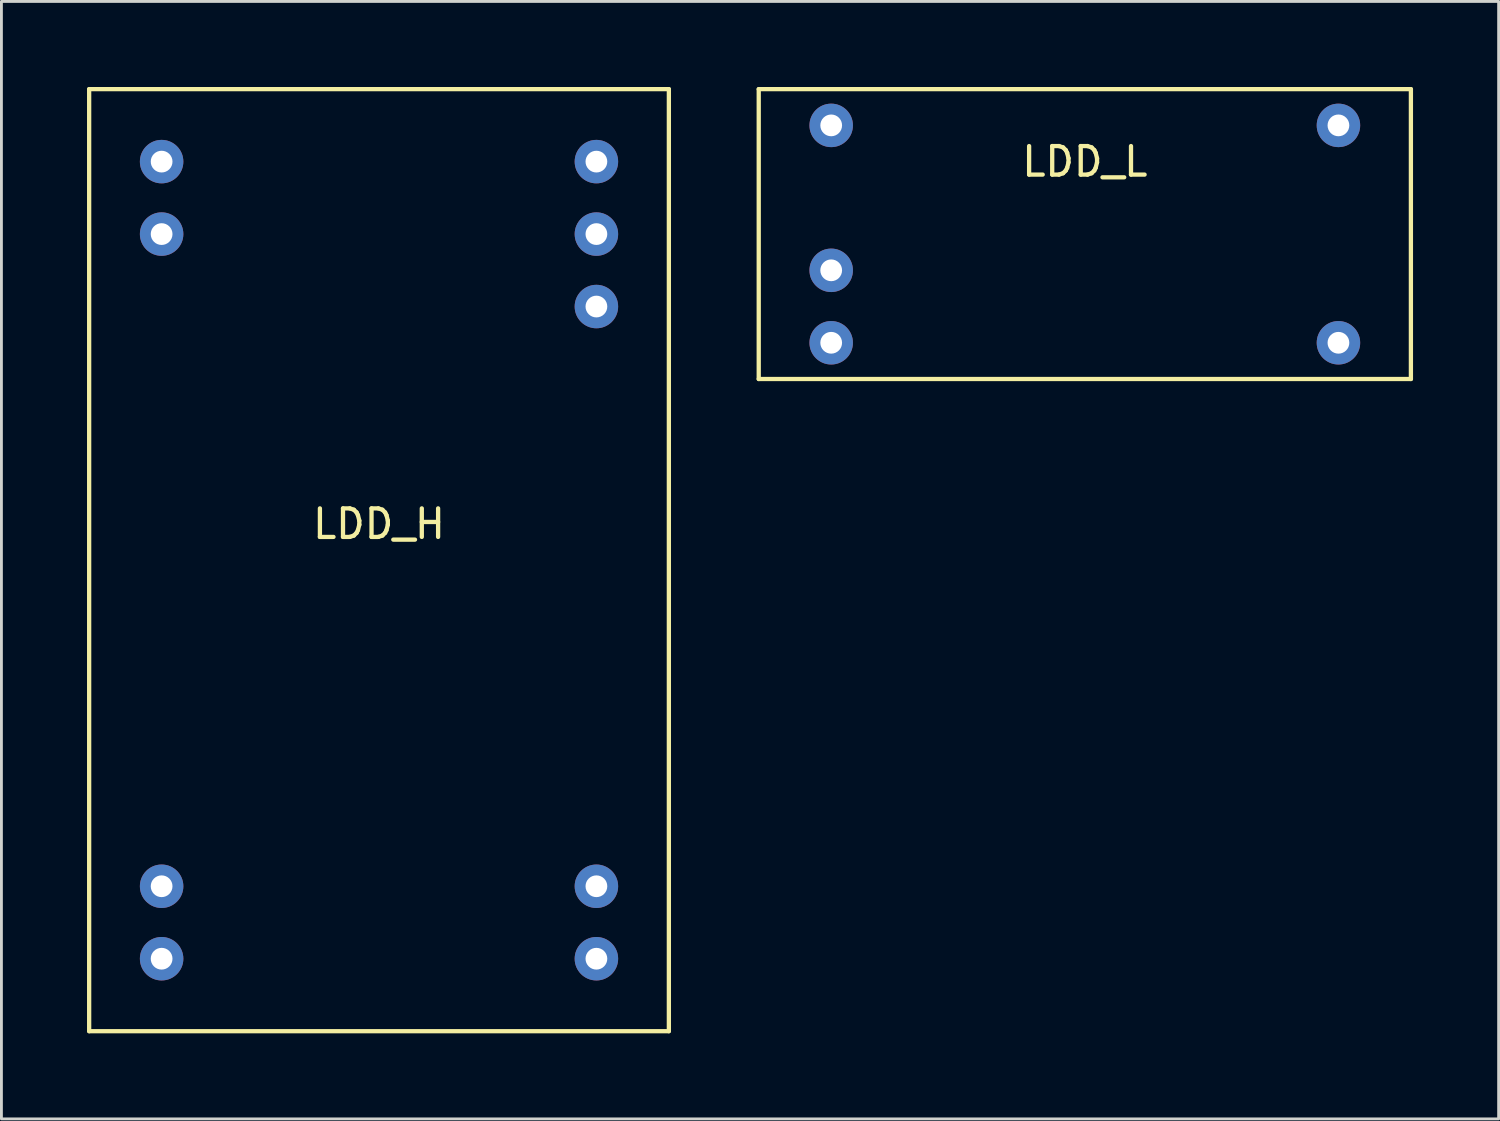
<source format=kicad_pcb>
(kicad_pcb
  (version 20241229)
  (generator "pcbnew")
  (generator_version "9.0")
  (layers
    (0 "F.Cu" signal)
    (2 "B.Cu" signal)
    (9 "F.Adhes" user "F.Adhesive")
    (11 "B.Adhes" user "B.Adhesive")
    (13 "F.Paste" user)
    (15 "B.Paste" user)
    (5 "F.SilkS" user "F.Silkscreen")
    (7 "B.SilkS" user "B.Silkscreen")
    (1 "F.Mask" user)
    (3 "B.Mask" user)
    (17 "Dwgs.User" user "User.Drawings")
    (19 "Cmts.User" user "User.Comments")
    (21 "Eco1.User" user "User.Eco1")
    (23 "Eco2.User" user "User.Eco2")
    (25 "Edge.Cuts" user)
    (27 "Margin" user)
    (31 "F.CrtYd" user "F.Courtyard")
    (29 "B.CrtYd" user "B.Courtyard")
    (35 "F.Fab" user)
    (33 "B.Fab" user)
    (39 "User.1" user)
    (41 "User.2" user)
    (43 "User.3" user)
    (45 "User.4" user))
  (footprint "LDD_L"
    (layer "F.Cu")
    (at 34.975 5.155)
    (property "Reference" "LDD_L" (at 0 -2.54 0) (layer "F.SilkS") (effects (font (size 1 1) (thickness 0.15))))
    (attr through_hole)
    (fp_line (start -11.43 -5.08) (end 11.43 -5.08) (stroke (width 0.15) (type solid)) (layer "F.SilkS"))
    (fp_line (start -11.43 5.08) (end -11.43 -5.08) (stroke (width 0.15) (type solid)) (layer "F.SilkS"))
    (fp_line (start 11.43 -5.08) (end 11.43 5.08) (stroke (width 0.15) (type solid)) (layer "F.SilkS"))
    (fp_line (start 11.43 5.08) (end -11.43 5.08) (stroke (width 0.15) (type solid)) (layer "F.SilkS"))
    (pad "1" thru_hole circle (at -8.89 -3.81) (size 1.524 1.524) (drill 0.762) (layers "*.Cu" "*.Mask"))
    (pad "3" thru_hole circle (at -8.89 1.27) (size 1.524 1.524) (drill 0.762) (layers "*.Cu" "*.Mask"))
    (pad "4" thru_hole circle (at -8.89 3.81) (size 1.524 1.524) (drill 0.762) (layers "*.Cu" "*.Mask"))
    (pad "5" thru_hole circle (at 8.89 3.81) (size 1.524 1.524) (drill 0.762) (layers "*.Cu" "*.Mask"))
    (pad "6" thru_hole circle (at 8.89 -3.81) (size 1.524 1.524) (drill 0.762) (layers "*.Cu" "*.Mask")))
  (footprint "LDD_H"
    (layer "F.Cu")
    (at 10.235 16.585)
    (property "Reference" "LDD_H" (at 0 -1.27 0) (layer "F.SilkS") (effects (font (size 1 1) (thickness 0.15))))
    (attr through_hole)
    (fp_line (start -10.16 -16.51) (end 10.16 -16.51) (stroke (width 0.15) (type solid)) (layer "F.SilkS"))
    (fp_line (start -10.16 16.51) (end -10.16 -16.51) (stroke (width 0.15) (type solid)) (layer "F.SilkS"))
    (fp_line (start 10.16 -16.51) (end 10.16 16.51) (stroke (width 0.15) (type solid)) (layer "F.SilkS"))
    (fp_line (start 10.16 16.51) (end -10.16 16.51) (stroke (width 0.15) (type solid)) (layer "F.SilkS"))
    (pad "1" thru_hole circle (at -7.62 -13.97) (size 1.524 1.524) (drill 0.762) (layers "*.Cu" "*.Mask"))
    (pad "2" thru_hole circle (at -7.62 -11.43) (size 1.524 1.524) (drill 0.762) (layers "*.Cu" "*.Mask"))
    (pad "11" thru_hole circle (at -7.62 11.43) (size 1.524 1.524) (drill 0.762) (layers "*.Cu" "*.Mask"))
    (pad "12" thru_hole circle (at -7.62 13.97) (size 1.524 1.524) (drill 0.762) (layers "*.Cu" "*.Mask"))
    (pad "13" thru_hole circle (at 7.62 13.97) (size 1.524 1.524) (drill 0.762) (layers "*.Cu" "*.Mask"))
    (pad "14" thru_hole circle (at 7.62 11.43) (size 1.524 1.524) (drill 0.762) (layers "*.Cu" "*.Mask"))
    (pad "22" thru_hole circle (at 7.62 -8.89) (size 1.524 1.524) (drill 0.762) (layers "*.Cu" "*.Mask"))
    (pad "23" thru_hole circle (at 7.62 -11.43) (size 1.524 1.524) (drill 0.762) (layers "*.Cu" "*.Mask"))
    (pad "24" thru_hole circle (at 7.62 -13.97) (size 1.524 1.524) (drill 0.762) (layers "*.Cu" "*.Mask")))
  (gr_rect
    (start -3 -3)
    (end 49.48 36.17)
    (stroke (width 0.1) (type default))
    (fill no)
    (layer "Edge.Cuts")))
</source>
